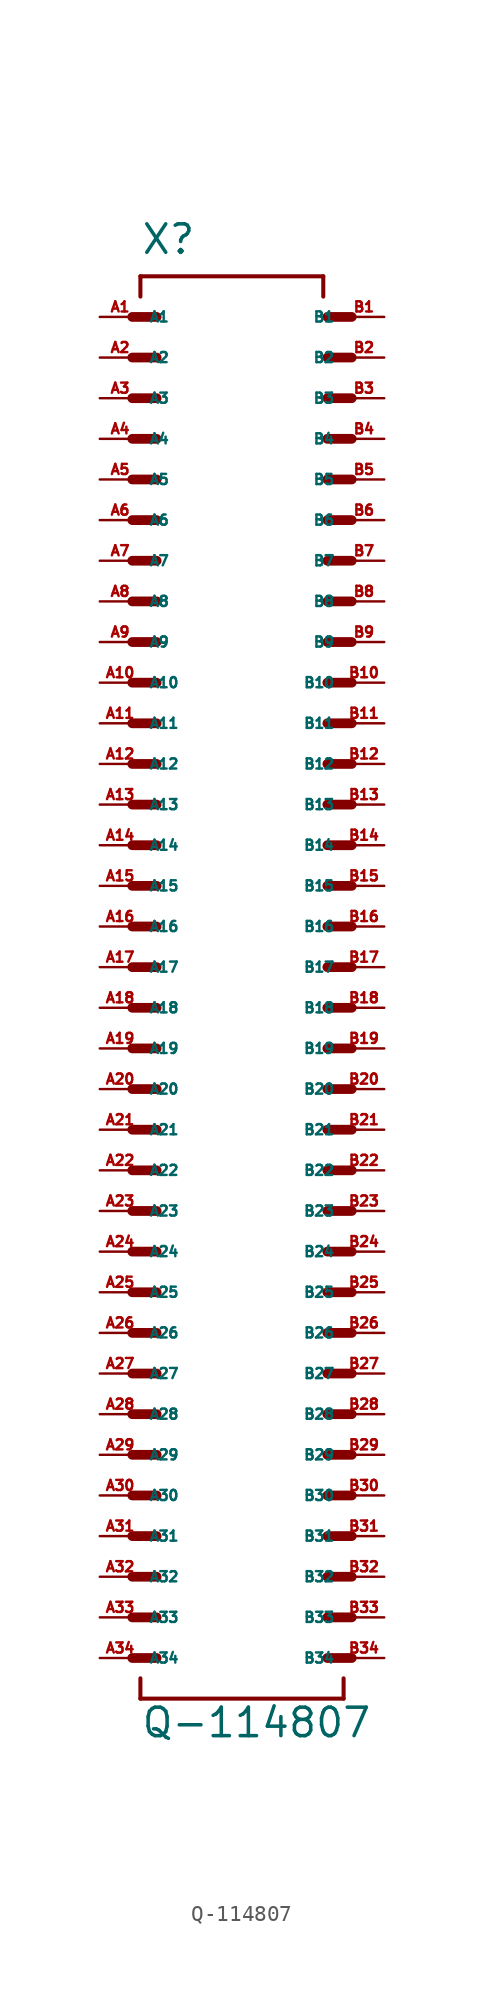
<source format=kicad_sym>
(kicad_symbol_lib
  (version 20220914)
  (generator Eagle2Kicad)
  (symbol "Q-114807"
    (property "Reference" "X"
      (at -5.08 44.45 0)
      (effects (font (size 1.778 1.778) (thickness 0.22)) (justify left bottom)))
    (property "Value" "Q-114807"
      (at -5.08 -48.26 0)
      (effects (font (size 1.778 1.778) (thickness 0.22)) (justify left bottom)))
    (polyline
      (pts (xy -5.588 40.64) (xy -4.064 40.64))
      (stroke (width 0.61) (type default))
      (fill (type none)))
    (polyline
      (pts (xy -5.588 38.1) (xy -4.064 38.1))
      (stroke (width 0.61) (type default))
      (fill (type none)))
    (polyline
      (pts (xy -5.588 35.56) (xy -4.064 35.56))
      (stroke (width 0.61) (type default))
      (fill (type none)))
    (polyline
      (pts (xy -5.588 33.02) (xy -4.064 33.02))
      (stroke (width 0.61) (type default))
      (fill (type none)))
    (polyline
      (pts (xy -5.588 30.48) (xy -4.064 30.48))
      (stroke (width 0.61) (type default))
      (fill (type none)))
    (polyline
      (pts (xy -5.588 27.94) (xy -4.064 27.94))
      (stroke (width 0.61) (type default))
      (fill (type none)))
    (polyline
      (pts (xy 8.128 27.94) (xy 6.604 27.94))
      (stroke (width 0.61) (type default))
      (fill (type none)))
    (polyline
      (pts (xy 8.128 30.48) (xy 6.604 30.48))
      (stroke (width 0.61) (type default))
      (fill (type none)))
    (polyline
      (pts (xy 8.128 33.02) (xy 6.604 33.02))
      (stroke (width 0.61) (type default))
      (fill (type none)))
    (polyline
      (pts (xy 8.128 35.56) (xy 6.604 35.56))
      (stroke (width 0.61) (type default))
      (fill (type none)))
    (polyline
      (pts (xy 8.128 38.1) (xy 6.604 38.1))
      (stroke (width 0.61) (type default))
      (fill (type none)))
    (polyline
      (pts (xy 8.128 40.64) (xy 6.604 40.64))
      (stroke (width 0.61) (type default))
      (fill (type none)))
    (polyline
      (pts (xy -5.08 41.91) (xy -5.08 43.18))
      (stroke (width 0.254) (type default))
      (fill (type none)))
    (polyline
      (pts (xy -5.08 43.18) (xy 6.35 43.18))
      (stroke (width 0.254) (type default))
      (fill (type none)))
    (polyline
      (pts (xy 6.35 43.18) (xy 6.35 41.91))
      (stroke (width 0.254) (type default))
      (fill (type none)))
    (polyline
      (pts (xy -5.08 -44.45) (xy -5.08 -45.72))
      (stroke (width 0.254) (type default))
      (fill (type none)))
    (polyline
      (pts (xy -5.08 -45.72) (xy 7.62 -45.72))
      (stroke (width 0.254) (type default))
      (fill (type none)))
    (polyline
      (pts (xy 7.62 -45.72) (xy 7.62 -44.45))
      (stroke (width 0.254) (type default))
      (fill (type none)))
    (polyline
      (pts (xy -5.588 25.4) (xy -4.064 25.4))
      (stroke (width 0.61) (type default))
      (fill (type none)))
    (polyline
      (pts (xy -5.588 22.86) (xy -4.064 22.86))
      (stroke (width 0.61) (type default))
      (fill (type none)))
    (polyline
      (pts (xy -5.588 20.32) (xy -4.064 20.32))
      (stroke (width 0.61) (type default))
      (fill (type none)))
    (polyline
      (pts (xy -5.588 17.78) (xy -4.064 17.78))
      (stroke (width 0.61) (type default))
      (fill (type none)))
    (polyline
      (pts (xy -5.588 15.24) (xy -4.064 15.24))
      (stroke (width 0.61) (type default))
      (fill (type none)))
    (polyline
      (pts (xy -5.588 12.7) (xy -4.064 12.7))
      (stroke (width 0.61) (type default))
      (fill (type none)))
    (polyline
      (pts (xy 8.128 12.7) (xy 6.604 12.7))
      (stroke (width 0.61) (type default))
      (fill (type none)))
    (polyline
      (pts (xy 8.128 15.24) (xy 6.604 15.24))
      (stroke (width 0.61) (type default))
      (fill (type none)))
    (polyline
      (pts (xy 8.128 17.78) (xy 6.604 17.78))
      (stroke (width 0.61) (type default))
      (fill (type none)))
    (polyline
      (pts (xy 8.128 20.32) (xy 6.604 20.32))
      (stroke (width 0.61) (type default))
      (fill (type none)))
    (polyline
      (pts (xy 8.128 22.86) (xy 6.604 22.86))
      (stroke (width 0.61) (type default))
      (fill (type none)))
    (polyline
      (pts (xy 8.128 25.4) (xy 6.604 25.4))
      (stroke (width 0.61) (type default))
      (fill (type none)))
    (polyline
      (pts (xy -5.588 10.16) (xy -4.064 10.16))
      (stroke (width 0.61) (type default))
      (fill (type none)))
    (polyline
      (pts (xy 8.128 10.16) (xy 6.604 10.16))
      (stroke (width 0.61) (type default))
      (fill (type none)))
    (polyline
      (pts (xy -5.588 7.62) (xy -4.064 7.62))
      (stroke (width 0.61) (type default))
      (fill (type none)))
    (polyline
      (pts (xy -5.588 5.08) (xy -4.064 5.08))
      (stroke (width 0.61) (type default))
      (fill (type none)))
    (polyline
      (pts (xy -5.588 2.54) (xy -4.064 2.54))
      (stroke (width 0.61) (type default))
      (fill (type none)))
    (polyline
      (pts (xy -5.588 0) (xy -4.064 0))
      (stroke (width 0.61) (type default))
      (fill (type none)))
    (polyline
      (pts (xy -5.588 -2.54) (xy -4.064 -2.54))
      (stroke (width 0.61) (type default))
      (fill (type none)))
    (polyline
      (pts (xy -5.588 -5.08) (xy -4.064 -5.08))
      (stroke (width 0.61) (type default))
      (fill (type none)))
    (polyline
      (pts (xy 8.128 -5.08) (xy 6.604 -5.08))
      (stroke (width 0.61) (type default))
      (fill (type none)))
    (polyline
      (pts (xy 8.128 -2.54) (xy 6.604 -2.54))
      (stroke (width 0.61) (type default))
      (fill (type none)))
    (polyline
      (pts (xy 8.128 0) (xy 6.604 0))
      (stroke (width 0.61) (type default))
      (fill (type none)))
    (polyline
      (pts (xy 8.128 2.54) (xy 6.604 2.54))
      (stroke (width 0.61) (type default))
      (fill (type none)))
    (polyline
      (pts (xy 8.128 5.08) (xy 6.604 5.08))
      (stroke (width 0.61) (type default))
      (fill (type none)))
    (polyline
      (pts (xy 8.128 7.62) (xy 6.604 7.62))
      (stroke (width 0.61) (type default))
      (fill (type none)))
    (polyline
      (pts (xy -5.588 -7.62) (xy -4.064 -7.62))
      (stroke (width 0.61) (type default))
      (fill (type none)))
    (polyline
      (pts (xy -5.588 -10.16) (xy -4.064 -10.16))
      (stroke (width 0.61) (type default))
      (fill (type none)))
    (polyline
      (pts (xy -5.588 -12.7) (xy -4.064 -12.7))
      (stroke (width 0.61) (type default))
      (fill (type none)))
    (polyline
      (pts (xy -5.588 -15.24) (xy -4.064 -15.24))
      (stroke (width 0.61) (type default))
      (fill (type none)))
    (polyline
      (pts (xy -5.588 -17.78) (xy -4.064 -17.78))
      (stroke (width 0.61) (type default))
      (fill (type none)))
    (polyline
      (pts (xy -5.588 -20.32) (xy -4.064 -20.32))
      (stroke (width 0.61) (type default))
      (fill (type none)))
    (polyline
      (pts (xy 8.128 -20.32) (xy 6.604 -20.32))
      (stroke (width 0.61) (type default))
      (fill (type none)))
    (polyline
      (pts (xy 8.128 -17.78) (xy 6.604 -17.78))
      (stroke (width 0.61) (type default))
      (fill (type none)))
    (polyline
      (pts (xy 8.128 -15.24) (xy 6.604 -15.24))
      (stroke (width 0.61) (type default))
      (fill (type none)))
    (polyline
      (pts (xy 8.128 -12.7) (xy 6.604 -12.7))
      (stroke (width 0.61) (type default))
      (fill (type none)))
    (polyline
      (pts (xy 8.128 -10.16) (xy 6.604 -10.16))
      (stroke (width 0.61) (type default))
      (fill (type none)))
    (polyline
      (pts (xy 8.128 -7.62) (xy 6.604 -7.62))
      (stroke (width 0.61) (type default))
      (fill (type none)))
    (polyline
      (pts (xy -5.588 -22.86) (xy -4.064 -22.86))
      (stroke (width 0.61) (type default))
      (fill (type none)))
    (polyline
      (pts (xy -5.588 -25.4) (xy -4.064 -25.4))
      (stroke (width 0.61) (type default))
      (fill (type none)))
    (polyline
      (pts (xy -5.588 -27.94) (xy -4.064 -27.94))
      (stroke (width 0.61) (type default))
      (fill (type none)))
    (polyline
      (pts (xy -5.588 -30.48) (xy -4.064 -30.48))
      (stroke (width 0.61) (type default))
      (fill (type none)))
    (polyline
      (pts (xy -5.588 -33.02) (xy -4.064 -33.02))
      (stroke (width 0.61) (type default))
      (fill (type none)))
    (polyline
      (pts (xy -5.588 -35.56) (xy -4.064 -35.56))
      (stroke (width 0.61) (type default))
      (fill (type none)))
    (polyline
      (pts (xy 8.128 -35.56) (xy 6.604 -35.56))
      (stroke (width 0.61) (type default))
      (fill (type none)))
    (polyline
      (pts (xy 8.128 -33.02) (xy 6.604 -33.02))
      (stroke (width 0.61) (type default))
      (fill (type none)))
    (polyline
      (pts (xy 8.128 -30.48) (xy 6.604 -30.48))
      (stroke (width 0.61) (type default))
      (fill (type none)))
    (polyline
      (pts (xy 8.128 -27.94) (xy 6.604 -27.94))
      (stroke (width 0.61) (type default))
      (fill (type none)))
    (polyline
      (pts (xy 8.128 -25.4) (xy 6.604 -25.4))
      (stroke (width 0.61) (type default))
      (fill (type none)))
    (polyline
      (pts (xy 8.128 -22.86) (xy 6.604 -22.86))
      (stroke (width 0.61) (type default))
      (fill (type none)))
    (polyline
      (pts (xy -5.588 -38.1) (xy -4.064 -38.1))
      (stroke (width 0.61) (type default))
      (fill (type none)))
    (polyline
      (pts (xy -5.588 -40.64) (xy -4.064 -40.64))
      (stroke (width 0.61) (type default))
      (fill (type none)))
    (polyline
      (pts (xy -5.588 -43.18) (xy -4.064 -43.18))
      (stroke (width 0.61) (type default))
      (fill (type none)))
    (polyline
      (pts (xy 8.128 -43.18) (xy 6.604 -43.18))
      (stroke (width 0.61) (type default))
      (fill (type none)))
    (polyline
      (pts (xy 8.128 -40.64) (xy 6.604 -40.64))
      (stroke (width 0.61) (type default))
      (fill (type none)))
    (polyline
      (pts (xy 8.128 -38.1) (xy 6.604 -38.1))
      (stroke (width 0.61) (type default))
      (fill (type none)))
    (pin passive line
      (at -7.62 40.64 0)
      (length 2.54)
      (name "A1" (effects (font (size 0.635 0.635) (thickness 0.08)) (justify left bottom)))
      (number "A1" (effects (font (size 0.635 0.635) (thickness 0.08)) (justify left bottom))))
    (pin passive line
      (at -7.62 38.1 0)
      (length 2.54)
      (name "A2" (effects (font (size 0.635 0.635) (thickness 0.08)) (justify left bottom)))
      (number "A2" (effects (font (size 0.635 0.635) (thickness 0.08)) (justify left bottom))))
    (pin passive line
      (at -7.62 35.56 0)
      (length 2.54)
      (name "A3" (effects (font (size 0.635 0.635) (thickness 0.08)) (justify left bottom)))
      (number "A3" (effects (font (size 0.635 0.635) (thickness 0.08)) (justify left bottom))))
    (pin passive line
      (at -7.62 33.02 0)
      (length 2.54)
      (name "A4" (effects (font (size 0.635 0.635) (thickness 0.08)) (justify left bottom)))
      (number "A4" (effects (font (size 0.635 0.635) (thickness 0.08)) (justify left bottom))))
    (pin passive line
      (at -7.62 30.48 0)
      (length 2.54)
      (name "A5" (effects (font (size 0.635 0.635) (thickness 0.08)) (justify left bottom)))
      (number "A5" (effects (font (size 0.635 0.635) (thickness 0.08)) (justify left bottom))))
    (pin passive line
      (at -7.62 27.94 0)
      (length 2.54)
      (name "A6" (effects (font (size 0.635 0.635) (thickness 0.08)) (justify left bottom)))
      (number "A6" (effects (font (size 0.635 0.635) (thickness 0.08)) (justify left bottom))))
    (pin passive line
      (at 10.16 40.64 180)
      (length 2.54)
      (name "B1" (effects (font (size 0.635 0.635) (thickness 0.08)) (justify left bottom)))
      (number "B1" (effects (font (size 0.635 0.635) (thickness 0.08)) (justify left bottom))))
    (pin passive line
      (at 10.16 38.1 180)
      (length 2.54)
      (name "B2" (effects (font (size 0.635 0.635) (thickness 0.08)) (justify left bottom)))
      (number "B2" (effects (font (size 0.635 0.635) (thickness 0.08)) (justify left bottom))))
    (pin passive line
      (at 10.16 35.56 180)
      (length 2.54)
      (name "B3" (effects (font (size 0.635 0.635) (thickness 0.08)) (justify left bottom)))
      (number "B3" (effects (font (size 0.635 0.635) (thickness 0.08)) (justify left bottom))))
    (pin passive line
      (at 10.16 33.02 180)
      (length 2.54)
      (name "B4" (effects (font (size 0.635 0.635) (thickness 0.08)) (justify left bottom)))
      (number "B4" (effects (font (size 0.635 0.635) (thickness 0.08)) (justify left bottom))))
    (pin passive line
      (at 10.16 30.48 180)
      (length 2.54)
      (name "B5" (effects (font (size 0.635 0.635) (thickness 0.08)) (justify left bottom)))
      (number "B5" (effects (font (size 0.635 0.635) (thickness 0.08)) (justify left bottom))))
    (pin passive line
      (at 10.16 27.94 180)
      (length 2.54)
      (name "B6" (effects (font (size 0.635 0.635) (thickness 0.08)) (justify left bottom)))
      (number "B6" (effects (font (size 0.635 0.635) (thickness 0.08)) (justify left bottom))))
    (pin passive line
      (at -7.62 25.4 0)
      (length 2.54)
      (name "A7" (effects (font (size 0.635 0.635) (thickness 0.08)) (justify left bottom)))
      (number "A7" (effects (font (size 0.635 0.635) (thickness 0.08)) (justify left bottom))))
    (pin passive line
      (at -7.62 22.86 0)
      (length 2.54)
      (name "A8" (effects (font (size 0.635 0.635) (thickness 0.08)) (justify left bottom)))
      (number "A8" (effects (font (size 0.635 0.635) (thickness 0.08)) (justify left bottom))))
    (pin passive line
      (at -7.62 20.32 0)
      (length 2.54)
      (name "A9" (effects (font (size 0.635 0.635) (thickness 0.08)) (justify left bottom)))
      (number "A9" (effects (font (size 0.635 0.635) (thickness 0.08)) (justify left bottom))))
    (pin passive line
      (at -7.62 17.78 0)
      (length 2.54)
      (name "A10" (effects (font (size 0.635 0.635) (thickness 0.08)) (justify left bottom)))
      (number "A10" (effects (font (size 0.635 0.635) (thickness 0.08)) (justify left bottom))))
    (pin passive line
      (at -7.62 15.24 0)
      (length 2.54)
      (name "A11" (effects (font (size 0.635 0.635) (thickness 0.08)) (justify left bottom)))
      (number "A11" (effects (font (size 0.635 0.635) (thickness 0.08)) (justify left bottom))))
    (pin passive line
      (at -7.62 12.7 0)
      (length 2.54)
      (name "A12" (effects (font (size 0.635 0.635) (thickness 0.08)) (justify left bottom)))
      (number "A12" (effects (font (size 0.635 0.635) (thickness 0.08)) (justify left bottom))))
    (pin passive line
      (at 10.16 25.4 180)
      (length 2.54)
      (name "B7" (effects (font (size 0.635 0.635) (thickness 0.08)) (justify left bottom)))
      (number "B7" (effects (font (size 0.635 0.635) (thickness 0.08)) (justify left bottom))))
    (pin passive line
      (at 10.16 22.86 180)
      (length 2.54)
      (name "B8" (effects (font (size 0.635 0.635) (thickness 0.08)) (justify left bottom)))
      (number "B8" (effects (font (size 0.635 0.635) (thickness 0.08)) (justify left bottom))))
    (pin passive line
      (at 10.16 20.32 180)
      (length 2.54)
      (name "B9" (effects (font (size 0.635 0.635) (thickness 0.08)) (justify left bottom)))
      (number "B9" (effects (font (size 0.635 0.635) (thickness 0.08)) (justify left bottom))))
    (pin passive line
      (at 10.16 17.78 180)
      (length 2.54)
      (name "B10" (effects (font (size 0.635 0.635) (thickness 0.08)) (justify left bottom)))
      (number "B10" (effects (font (size 0.635 0.635) (thickness 0.08)) (justify left bottom))))
    (pin passive line
      (at 10.16 15.24 180)
      (length 2.54)
      (name "B11" (effects (font (size 0.635 0.635) (thickness 0.08)) (justify left bottom)))
      (number "B11" (effects (font (size 0.635 0.635) (thickness 0.08)) (justify left bottom))))
    (pin passive line
      (at 10.16 12.7 180)
      (length 2.54)
      (name "B12" (effects (font (size 0.635 0.635) (thickness 0.08)) (justify left bottom)))
      (number "B12" (effects (font (size 0.635 0.635) (thickness 0.08)) (justify left bottom))))
    (pin passive line
      (at -7.62 10.16 0)
      (length 2.54)
      (name "A13" (effects (font (size 0.635 0.635) (thickness 0.08)) (justify left bottom)))
      (number "A13" (effects (font (size 0.635 0.635) (thickness 0.08)) (justify left bottom))))
    (pin passive line
      (at 10.16 10.16 180)
      (length 2.54)
      (name "B13" (effects (font (size 0.635 0.635) (thickness 0.08)) (justify left bottom)))
      (number "B13" (effects (font (size 0.635 0.635) (thickness 0.08)) (justify left bottom))))
    (pin passive line
      (at -7.62 7.62 0)
      (length 2.54)
      (name "A14" (effects (font (size 0.635 0.635) (thickness 0.08)) (justify left bottom)))
      (number "A14" (effects (font (size 0.635 0.635) (thickness 0.08)) (justify left bottom))))
    (pin passive line
      (at -7.62 5.08 0)
      (length 2.54)
      (name "A15" (effects (font (size 0.635 0.635) (thickness 0.08)) (justify left bottom)))
      (number "A15" (effects (font (size 0.635 0.635) (thickness 0.08)) (justify left bottom))))
    (pin passive line
      (at -7.62 2.54 0)
      (length 2.54)
      (name "A16" (effects (font (size 0.635 0.635) (thickness 0.08)) (justify left bottom)))
      (number "A16" (effects (font (size 0.635 0.635) (thickness 0.08)) (justify left bottom))))
    (pin passive line
      (at -7.62 0 0)
      (length 2.54)
      (name "A17" (effects (font (size 0.635 0.635) (thickness 0.08)) (justify left bottom)))
      (number "A17" (effects (font (size 0.635 0.635) (thickness 0.08)) (justify left bottom))))
    (pin passive line
      (at -7.62 -2.54 0)
      (length 2.54)
      (name "A18" (effects (font (size 0.635 0.635) (thickness 0.08)) (justify left bottom)))
      (number "A18" (effects (font (size 0.635 0.635) (thickness 0.08)) (justify left bottom))))
    (pin passive line
      (at -7.62 -5.08 0)
      (length 2.54)
      (name "A19" (effects (font (size 0.635 0.635) (thickness 0.08)) (justify left bottom)))
      (number "A19" (effects (font (size 0.635 0.635) (thickness 0.08)) (justify left bottom))))
    (pin passive line
      (at 10.16 7.62 180)
      (length 2.54)
      (name "B14" (effects (font (size 0.635 0.635) (thickness 0.08)) (justify left bottom)))
      (number "B14" (effects (font (size 0.635 0.635) (thickness 0.08)) (justify left bottom))))
    (pin passive line
      (at 10.16 5.08 180)
      (length 2.54)
      (name "B15" (effects (font (size 0.635 0.635) (thickness 0.08)) (justify left bottom)))
      (number "B15" (effects (font (size 0.635 0.635) (thickness 0.08)) (justify left bottom))))
    (pin passive line
      (at 10.16 2.54 180)
      (length 2.54)
      (name "B16" (effects (font (size 0.635 0.635) (thickness 0.08)) (justify left bottom)))
      (number "B16" (effects (font (size 0.635 0.635) (thickness 0.08)) (justify left bottom))))
    (pin passive line
      (at 10.16 0 180)
      (length 2.54)
      (name "B17" (effects (font (size 0.635 0.635) (thickness 0.08)) (justify left bottom)))
      (number "B17" (effects (font (size 0.635 0.635) (thickness 0.08)) (justify left bottom))))
    (pin passive line
      (at 10.16 -2.54 180)
      (length 2.54)
      (name "B18" (effects (font (size 0.635 0.635) (thickness 0.08)) (justify left bottom)))
      (number "B18" (effects (font (size 0.635 0.635) (thickness 0.08)) (justify left bottom))))
    (pin passive line
      (at 10.16 -5.08 180)
      (length 2.54)
      (name "B19" (effects (font (size 0.635 0.635) (thickness 0.08)) (justify left bottom)))
      (number "B19" (effects (font (size 0.635 0.635) (thickness 0.08)) (justify left bottom))))
    (pin passive line
      (at -7.62 -7.62 0)
      (length 2.54)
      (name "A20" (effects (font (size 0.635 0.635) (thickness 0.08)) (justify left bottom)))
      (number "A20" (effects (font (size 0.635 0.635) (thickness 0.08)) (justify left bottom))))
    (pin passive line
      (at -7.62 -10.16 0)
      (length 2.54)
      (name "A21" (effects (font (size 0.635 0.635) (thickness 0.08)) (justify left bottom)))
      (number "A21" (effects (font (size 0.635 0.635) (thickness 0.08)) (justify left bottom))))
    (pin passive line
      (at -7.62 -12.7 0)
      (length 2.54)
      (name "A22" (effects (font (size 0.635 0.635) (thickness 0.08)) (justify left bottom)))
      (number "A22" (effects (font (size 0.635 0.635) (thickness 0.08)) (justify left bottom))))
    (pin passive line
      (at -7.62 -15.24 0)
      (length 2.54)
      (name "A23" (effects (font (size 0.635 0.635) (thickness 0.08)) (justify left bottom)))
      (number "A23" (effects (font (size 0.635 0.635) (thickness 0.08)) (justify left bottom))))
    (pin passive line
      (at -7.62 -17.78 0)
      (length 2.54)
      (name "A24" (effects (font (size 0.635 0.635) (thickness 0.08)) (justify left bottom)))
      (number "A24" (effects (font (size 0.635 0.635) (thickness 0.08)) (justify left bottom))))
    (pin passive line
      (at -7.62 -20.32 0)
      (length 2.54)
      (name "A25" (effects (font (size 0.635 0.635) (thickness 0.08)) (justify left bottom)))
      (number "A25" (effects (font (size 0.635 0.635) (thickness 0.08)) (justify left bottom))))
    (pin passive line
      (at 10.16 -7.62 180)
      (length 2.54)
      (name "B20" (effects (font (size 0.635 0.635) (thickness 0.08)) (justify left bottom)))
      (number "B20" (effects (font (size 0.635 0.635) (thickness 0.08)) (justify left bottom))))
    (pin passive line
      (at 10.16 -10.16 180)
      (length 2.54)
      (name "B21" (effects (font (size 0.635 0.635) (thickness 0.08)) (justify left bottom)))
      (number "B21" (effects (font (size 0.635 0.635) (thickness 0.08)) (justify left bottom))))
    (pin passive line
      (at 10.16 -12.7 180)
      (length 2.54)
      (name "B22" (effects (font (size 0.635 0.635) (thickness 0.08)) (justify left bottom)))
      (number "B22" (effects (font (size 0.635 0.635) (thickness 0.08)) (justify left bottom))))
    (pin passive line
      (at 10.16 -15.24 180)
      (length 2.54)
      (name "B23" (effects (font (size 0.635 0.635) (thickness 0.08)) (justify left bottom)))
      (number "B23" (effects (font (size 0.635 0.635) (thickness 0.08)) (justify left bottom))))
    (pin passive line
      (at 10.16 -17.78 180)
      (length 2.54)
      (name "B24" (effects (font (size 0.635 0.635) (thickness 0.08)) (justify left bottom)))
      (number "B24" (effects (font (size 0.635 0.635) (thickness 0.08)) (justify left bottom))))
    (pin passive line
      (at 10.16 -20.32 180)
      (length 2.54)
      (name "B25" (effects (font (size 0.635 0.635) (thickness 0.08)) (justify left bottom)))
      (number "B25" (effects (font (size 0.635 0.635) (thickness 0.08)) (justify left bottom))))
    (pin passive line
      (at -7.62 -22.86 0)
      (length 2.54)
      (name "A26" (effects (font (size 0.635 0.635) (thickness 0.08)) (justify left bottom)))
      (number "A26" (effects (font (size 0.635 0.635) (thickness 0.08)) (justify left bottom))))
    (pin passive line
      (at -7.62 -25.4 0)
      (length 2.54)
      (name "A27" (effects (font (size 0.635 0.635) (thickness 0.08)) (justify left bottom)))
      (number "A27" (effects (font (size 0.635 0.635) (thickness 0.08)) (justify left bottom))))
    (pin passive line
      (at -7.62 -27.94 0)
      (length 2.54)
      (name "A28" (effects (font (size 0.635 0.635) (thickness 0.08)) (justify left bottom)))
      (number "A28" (effects (font (size 0.635 0.635) (thickness 0.08)) (justify left bottom))))
    (pin passive line
      (at -7.62 -30.48 0)
      (length 2.54)
      (name "A29" (effects (font (size 0.635 0.635) (thickness 0.08)) (justify left bottom)))
      (number "A29" (effects (font (size 0.635 0.635) (thickness 0.08)) (justify left bottom))))
    (pin passive line
      (at -7.62 -33.02 0)
      (length 2.54)
      (name "A30" (effects (font (size 0.635 0.635) (thickness 0.08)) (justify left bottom)))
      (number "A30" (effects (font (size 0.635 0.635) (thickness 0.08)) (justify left bottom))))
    (pin passive line
      (at -7.62 -35.56 0)
      (length 2.54)
      (name "A31" (effects (font (size 0.635 0.635) (thickness 0.08)) (justify left bottom)))
      (number "A31" (effects (font (size 0.635 0.635) (thickness 0.08)) (justify left bottom))))
    (pin passive line
      (at 10.16 -22.86 180)
      (length 2.54)
      (name "B26" (effects (font (size 0.635 0.635) (thickness 0.08)) (justify left bottom)))
      (number "B26" (effects (font (size 0.635 0.635) (thickness 0.08)) (justify left bottom))))
    (pin passive line
      (at 10.16 -25.4 180)
      (length 2.54)
      (name "B27" (effects (font (size 0.635 0.635) (thickness 0.08)) (justify left bottom)))
      (number "B27" (effects (font (size 0.635 0.635) (thickness 0.08)) (justify left bottom))))
    (pin passive line
      (at 10.16 -27.94 180)
      (length 2.54)
      (name "B28" (effects (font (size 0.635 0.635) (thickness 0.08)) (justify left bottom)))
      (number "B28" (effects (font (size 0.635 0.635) (thickness 0.08)) (justify left bottom))))
    (pin passive line
      (at 10.16 -30.48 180)
      (length 2.54)
      (name "B29" (effects (font (size 0.635 0.635) (thickness 0.08)) (justify left bottom)))
      (number "B29" (effects (font (size 0.635 0.635) (thickness 0.08)) (justify left bottom))))
    (pin passive line
      (at 10.16 -33.02 180)
      (length 2.54)
      (name "B30" (effects (font (size 0.635 0.635) (thickness 0.08)) (justify left bottom)))
      (number "B30" (effects (font (size 0.635 0.635) (thickness 0.08)) (justify left bottom))))
    (pin passive line
      (at 10.16 -35.56 180)
      (length 2.54)
      (name "B31" (effects (font (size 0.635 0.635) (thickness 0.08)) (justify left bottom)))
      (number "B31" (effects (font (size 0.635 0.635) (thickness 0.08)) (justify left bottom))))
    (pin passive line
      (at -7.62 -38.1 0)
      (length 2.54)
      (name "A32" (effects (font (size 0.635 0.635) (thickness 0.08)) (justify left bottom)))
      (number "A32" (effects (font (size 0.635 0.635) (thickness 0.08)) (justify left bottom))))
    (pin passive line
      (at -7.62 -40.64 0)
      (length 2.54)
      (name "A33" (effects (font (size 0.635 0.635) (thickness 0.08)) (justify left bottom)))
      (number "A33" (effects (font (size 0.635 0.635) (thickness 0.08)) (justify left bottom))))
    (pin passive line
      (at -7.62 -43.18 0)
      (length 2.54)
      (name "A34" (effects (font (size 0.635 0.635) (thickness 0.08)) (justify left bottom)))
      (number "A34" (effects (font (size 0.635 0.635) (thickness 0.08)) (justify left bottom))))
    (pin passive line
      (at 10.16 -38.1 180)
      (length 2.54)
      (name "B32" (effects (font (size 0.635 0.635) (thickness 0.08)) (justify left bottom)))
      (number "B32" (effects (font (size 0.635 0.635) (thickness 0.08)) (justify left bottom))))
    (pin passive line
      (at 10.16 -40.64 180)
      (length 2.54)
      (name "B33" (effects (font (size 0.635 0.635) (thickness 0.08)) (justify left bottom)))
      (number "B33" (effects (font (size 0.635 0.635) (thickness 0.08)) (justify left bottom))))
    (pin passive line
      (at 10.16 -43.18 180)
      (length 2.54)
      (name "B34" (effects (font (size 0.635 0.635) (thickness 0.08)) (justify left bottom)))
      (number "B34" (effects (font (size 0.635 0.635) (thickness 0.08)) (justify left bottom))))))
</source>
